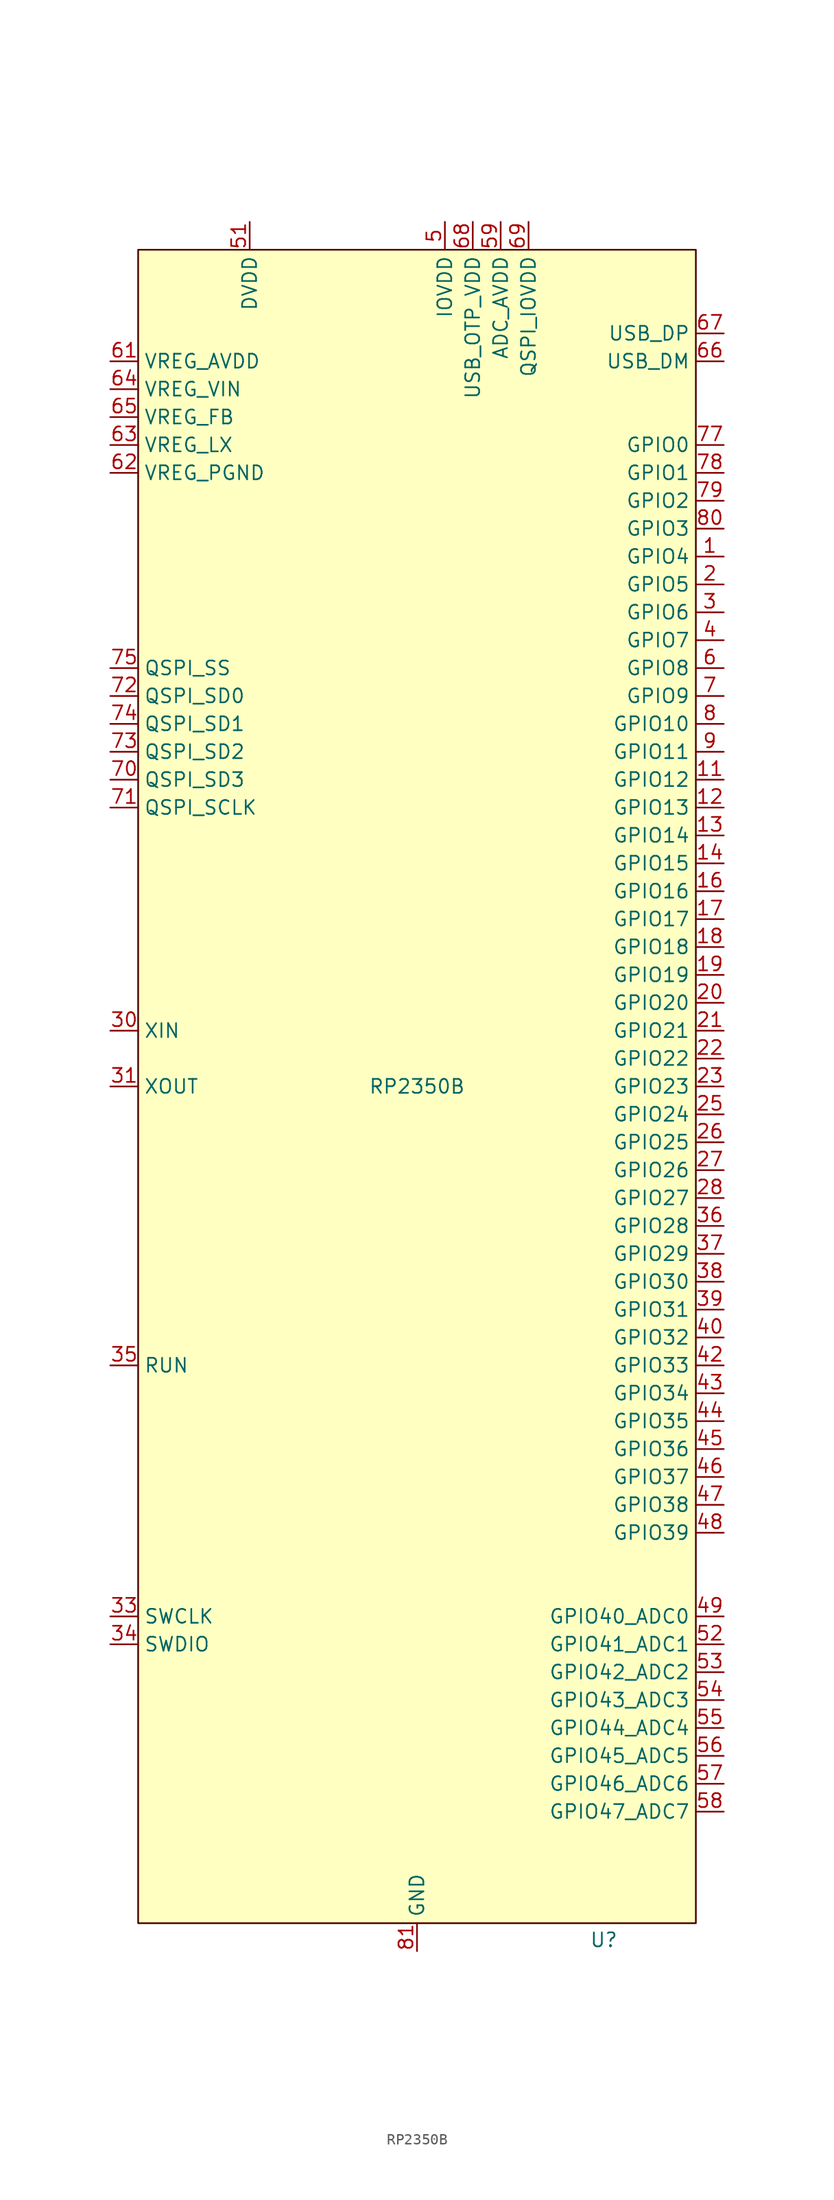
<source format=kicad_sym>
(kicad_symbol_lib
  (version 20241209)
  (generator "kicad_symbol_editor")
  (generator_version "9.0")
  (symbol "RP2350B"
    (property "Reference" "U"
      (at 17.018 -77.724 0)
      (effects (font (size 1.27 1.27))))
    (property "Value" "RP2350B"
      (at 0 0 0)
      (effects (font (size 1.27 1.27))))
    (symbol "RP2350B_1_1"
      (rectangle (start -25.4 76.2) (end 25.4 -76.2) (stroke (width 0) (type default) (color 72 0 0 1)) (fill (type color) (color 255 255 194 1)))
      (pin power_in line (at -27.94 66.04 0) (length 2.54) (name "VREG_AVDD" (effects (font (size 1.27 1.27)))) (number "61" (effects (font (size 1.27 1.27)))))
      (pin power_in line (at -27.94 63.5 0) (length 2.54) (name "VREG_VIN" (effects (font (size 1.27 1.27)))) (number "64" (effects (font (size 1.27 1.27)))))
      (pin input line (at -27.94 60.96 0) (length 2.54) (name "VREG_FB" (effects (font (size 1.27 1.27)))) (number "65" (effects (font (size 1.27 1.27)))))
      (pin power_out line (at -27.94 58.42 0) (length 2.54) (name "VREG_LX" (effects (font (size 1.27 1.27)))) (number "63" (effects (font (size 1.27 1.27)))))
      (pin power_in line (at -27.94 55.88 0) (length 2.54) (name "VREG_PGND" (effects (font (size 1.27 1.27)))) (number "62" (effects (font (size 1.27 1.27)))))
      (pin bidirectional line (at -27.94 38.1 0) (length 2.54) (name "QSPI_SS" (effects (font (size 1.27 1.27)))) (number "75" (effects (font (size 1.27 1.27)))))
      (pin bidirectional line (at -27.94 35.56 0) (length 2.54) (name "QSPI_SD0" (effects (font (size 1.27 1.27)))) (number "72" (effects (font (size 1.27 1.27)))))
      (pin bidirectional line (at -27.94 33.02 0) (length 2.54) (name "QSPI_SD1" (effects (font (size 1.27 1.27)))) (number "74" (effects (font (size 1.27 1.27)))))
      (pin bidirectional line (at -27.94 30.48 0) (length 2.54) (name "QSPI_SD2" (effects (font (size 1.27 1.27)))) (number "73" (effects (font (size 1.27 1.27)))))
      (pin bidirectional line (at -27.94 27.94 0) (length 2.54) (name "QSPI_SD3" (effects (font (size 1.27 1.27)))) (number "70" (effects (font (size 1.27 1.27)))))
      (pin bidirectional line (at -27.94 25.4 0) (length 2.54) (name "QSPI_SCLK" (effects (font (size 1.27 1.27)))) (number "71" (effects (font (size 1.27 1.27)))))
      (pin input line (at -27.94 5.08 0) (length 2.54) (name "XIN" (effects (font (size 1.27 1.27)))) (number "30" (effects (font (size 1.27 1.27)))))
      (pin output line (at -27.94 0 0) (length 2.54) (name "XOUT" (effects (font (size 1.27 1.27)))) (number "31" (effects (font (size 1.27 1.27)))))
      (pin input line (at -27.94 -25.4 0) (length 2.54) (name "RUN" (effects (font (size 1.27 1.27)))) (number "35" (effects (font (size 1.27 1.27)))))
      (pin output line (at -27.94 -48.26 0) (length 2.54) (name "SWCLK" (effects (font (size 1.27 1.27)))) (number "33" (effects (font (size 1.27 1.27)))))
      (pin bidirectional line (at -27.94 -50.8 0) (length 2.54) (name "SWDIO" (effects (font (size 1.27 1.27)))) (number "34" (effects (font (size 1.27 1.27)))))
      (pin power_in line (at -15.24 78.74 270) (length 2.54) (hide yes) (name "DVDD" (effects (font (size 1.27 1.27)))) (number "10" (effects (font (size 1.27 1.27)))))
      (pin power_in line (at -15.24 78.74 270) (length 2.54) (hide yes) (name "DVDD" (effects (font (size 1.27 1.27)))) (number "32" (effects (font (size 1.27 1.27)))))
      (pin power_in line (at -15.24 78.74 270) (length 2.54) (name "DVDD" (effects (font (size 1.27 1.27)))) (number "51" (effects (font (size 1.27 1.27)))))
      (pin power_in line (at 0 -78.74 90) (length 2.54) (name "GND" (effects (font (size 1.27 1.27)))) (number "81" (effects (font (size 1.27 1.27)))))
      (pin power_in line (at 2.54 78.74 270) (length 2.54) (hide yes) (name "IOVDD" (effects (font (size 1.27 1.27)))) (number "15" (effects (font (size 1.27 1.27)))))
      (pin power_in line (at 2.54 78.74 270) (length 2.54) (hide yes) (name "IOVDD" (effects (font (size 1.27 1.27)))) (number "24" (effects (font (size 1.27 1.27)))))
      (pin power_in line (at 2.54 78.74 270) (length 2.54) (hide yes) (name "IOVDD" (effects (font (size 1.27 1.27)))) (number "29" (effects (font (size 1.27 1.27)))))
      (pin power_in line (at 2.54 78.74 270) (length 2.54) (hide yes) (name "IOVDD" (effects (font (size 1.27 1.27)))) (number "41" (effects (font (size 1.27 1.27)))))
      (pin power_in line (at 2.54 78.74 270) (length 2.54) (name "IOVDD" (effects (font (size 1.27 1.27)))) (number "5" (effects (font (size 1.27 1.27)))))
      (pin power_in line (at 2.54 78.74 270) (length 2.54) (hide yes) (name "IOVDD" (effects (font (size 1.27 1.27)))) (number "50" (effects (font (size 1.27 1.27)))))
      (pin power_in line (at 2.54 78.74 270) (length 2.54) (hide yes) (name "IOVDD" (effects (font (size 1.27 1.27)))) (number "60" (effects (font (size 1.27 1.27)))))
      (pin power_in line (at 2.54 78.74 270) (length 2.54) (hide yes) (name "IOVDD" (effects (font (size 1.27 1.27)))) (number "76" (effects (font (size 1.27 1.27)))))
      (pin power_in line (at 5.08 78.74 270) (length 2.54) (name "USB_OTP_VDD" (effects (font (size 1.27 1.27)))) (number "68" (effects (font (size 1.27 1.27)))))
      (pin power_in line (at 7.62 78.74 270) (length 2.54) (name "ADC_AVDD" (effects (font (size 1.27 1.27)))) (number "59" (effects (font (size 1.27 1.27)))))
      (pin power_in line (at 10.16 78.74 270) (length 2.54) (name "QSPI_IOVDD" (effects (font (size 1.27 1.27)))) (number "69" (effects (font (size 1.27 1.27)))))
      (pin bidirectional line (at 27.94 68.58 180) (length 2.54) (name "USB_DP" (effects (font (size 1.27 1.27)))) (number "67" (effects (font (size 1.27 1.27)))))
      (pin bidirectional line (at 27.94 66.04 180) (length 2.54) (name "USB_DM" (effects (font (size 1.27 1.27)))) (number "66" (effects (font (size 1.27 1.27)))))
      (pin bidirectional line (at 27.94 58.42 180) (length 2.54) (name "GPIO0" (effects (font (size 1.27 1.27)))) (number "77" (effects (font (size 1.27 1.27)))))
      (pin bidirectional line (at 27.94 55.88 180) (length 2.54) (name "GPIO1" (effects (font (size 1.27 1.27)))) (number "78" (effects (font (size 1.27 1.27)))))
      (pin bidirectional line (at 27.94 53.34 180) (length 2.54) (name "GPIO2" (effects (font (size 1.27 1.27)))) (number "79" (effects (font (size 1.27 1.27)))))
      (pin bidirectional line (at 27.94 50.8 180) (length 2.54) (name "GPIO3" (effects (font (size 1.27 1.27)))) (number "80" (effects (font (size 1.27 1.27)))))
      (pin bidirectional line (at 27.94 48.26 180) (length 2.54) (name "GPIO4" (effects (font (size 1.27 1.27)))) (number "1" (effects (font (size 1.27 1.27)))))
      (pin bidirectional line (at 27.94 45.72 180) (length 2.54) (name "GPIO5" (effects (font (size 1.27 1.27)))) (number "2" (effects (font (size 1.27 1.27)))))
      (pin bidirectional line (at 27.94 43.18 180) (length 2.54) (name "GPIO6" (effects (font (size 1.27 1.27)))) (number "3" (effects (font (size 1.27 1.27)))))
      (pin bidirectional line (at 27.94 40.64 180) (length 2.54) (name "GPIO7" (effects (font (size 1.27 1.27)))) (number "4" (effects (font (size 1.27 1.27)))))
      (pin bidirectional line (at 27.94 38.1 180) (length 2.54) (name "GPIO8" (effects (font (size 1.27 1.27)))) (number "6" (effects (font (size 1.27 1.27)))))
      (pin bidirectional line (at 27.94 35.56 180) (length 2.54) (name "GPIO9" (effects (font (size 1.27 1.27)))) (number "7" (effects (font (size 1.27 1.27)))))
      (pin bidirectional line (at 27.94 33.02 180) (length 2.54) (name "GPIO10" (effects (font (size 1.27 1.27)))) (number "8" (effects (font (size 1.27 1.27)))))
      (pin bidirectional line (at 27.94 30.48 180) (length 2.54) (name "GPIO11" (effects (font (size 1.27 1.27)))) (number "9" (effects (font (size 1.27 1.27)))))
      (pin bidirectional line (at 27.94 27.94 180) (length 2.54) (name "GPIO12" (effects (font (size 1.27 1.27)))) (number "11" (effects (font (size 1.27 1.27)))))
      (pin bidirectional line (at 27.94 25.4 180) (length 2.54) (name "GPIO13" (effects (font (size 1.27 1.27)))) (number "12" (effects (font (size 1.27 1.27)))))
      (pin bidirectional line (at 27.94 22.86 180) (length 2.54) (name "GPIO14" (effects (font (size 1.27 1.27)))) (number "13" (effects (font (size 1.27 1.27)))))
      (pin bidirectional line (at 27.94 20.32 180) (length 2.54) (name "GPIO15" (effects (font (size 1.27 1.27)))) (number "14" (effects (font (size 1.27 1.27)))))
      (pin bidirectional line (at 27.94 17.78 180) (length 2.54) (name "GPIO16" (effects (font (size 1.27 1.27)))) (number "16" (effects (font (size 1.27 1.27)))))
      (pin bidirectional line (at 27.94 15.24 180) (length 2.54) (name "GPIO17" (effects (font (size 1.27 1.27)))) (number "17" (effects (font (size 1.27 1.27)))))
      (pin bidirectional line (at 27.94 12.7 180) (length 2.54) (name "GPIO18" (effects (font (size 1.27 1.27)))) (number "18" (effects (font (size 1.27 1.27)))))
      (pin bidirectional line (at 27.94 10.16 180) (length 2.54) (name "GPIO19" (effects (font (size 1.27 1.27)))) (number "19" (effects (font (size 1.27 1.27)))))
      (pin bidirectional line (at 27.94 7.62 180) (length 2.54) (name "GPIO20" (effects (font (size 1.27 1.27)))) (number "20" (effects (font (size 1.27 1.27)))))
      (pin bidirectional line (at 27.94 5.08 180) (length 2.54) (name "GPIO21" (effects (font (size 1.27 1.27)))) (number "21" (effects (font (size 1.27 1.27)))))
      (pin bidirectional line (at 27.94 2.54 180) (length 2.54) (name "GPIO22" (effects (font (size 1.27 1.27)))) (number "22" (effects (font (size 1.27 1.27)))))
      (pin bidirectional line (at 27.94 0 180) (length 2.54) (name "GPIO23" (effects (font (size 1.27 1.27)))) (number "23" (effects (font (size 1.27 1.27)))))
      (pin bidirectional line (at 27.94 -2.54 180) (length 2.54) (name "GPIO24" (effects (font (size 1.27 1.27)))) (number "25" (effects (font (size 1.27 1.27)))))
      (pin bidirectional line (at 27.94 -5.08 180) (length 2.54) (name "GPIO25" (effects (font (size 1.27 1.27)))) (number "26" (effects (font (size 1.27 1.27)))))
      (pin bidirectional line (at 27.94 -7.62 180) (length 2.54) (name "GPIO26" (effects (font (size 1.27 1.27)))) (number "27" (effects (font (size 1.27 1.27)))))
      (pin bidirectional line (at 27.94 -10.16 180) (length 2.54) (name "GPIO27" (effects (font (size 1.27 1.27)))) (number "28" (effects (font (size 1.27 1.27)))))
      (pin bidirectional line (at 27.94 -12.7 180) (length 2.54) (name "GPIO28" (effects (font (size 1.27 1.27)))) (number "36" (effects (font (size 1.27 1.27)))))
      (pin bidirectional line (at 27.94 -15.24 180) (length 2.54) (name "GPIO29" (effects (font (size 1.27 1.27)))) (number "37" (effects (font (size 1.27 1.27)))))
      (pin bidirectional line (at 27.94 -17.78 180) (length 2.54) (name "GPIO30" (effects (font (size 1.27 1.27)))) (number "38" (effects (font (size 1.27 1.27)))))
      (pin bidirectional line (at 27.94 -20.32 180) (length 2.54) (name "GPIO31" (effects (font (size 1.27 1.27)))) (number "39" (effects (font (size 1.27 1.27)))))
      (pin bidirectional line (at 27.94 -22.86 180) (length 2.54) (name "GPIO32" (effects (font (size 1.27 1.27)))) (number "40" (effects (font (size 1.27 1.27)))))
      (pin bidirectional line (at 27.94 -25.4 180) (length 2.54) (name "GPIO33" (effects (font (size 1.27 1.27)))) (number "42" (effects (font (size 1.27 1.27)))))
      (pin bidirectional line (at 27.94 -27.94 180) (length 2.54) (name "GPIO34" (effects (font (size 1.27 1.27)))) (number "43" (effects (font (size 1.27 1.27)))))
      (pin bidirectional line (at 27.94 -30.48 180) (length 2.54) (name "GPIO35" (effects (font (size 1.27 1.27)))) (number "44" (effects (font (size 1.27 1.27)))))
      (pin bidirectional line (at 27.94 -33.02 180) (length 2.54) (name "GPIO36" (effects (font (size 1.27 1.27)))) (number "45" (effects (font (size 1.27 1.27)))))
      (pin bidirectional line (at 27.94 -35.56 180) (length 2.54) (name "GPIO37" (effects (font (size 1.27 1.27)))) (number "46" (effects (font (size 1.27 1.27)))))
      (pin bidirectional line (at 27.94 -38.1 180) (length 2.54) (name "GPIO38" (effects (font (size 1.27 1.27)))) (number "47" (effects (font (size 1.27 1.27)))))
      (pin bidirectional line (at 27.94 -40.64 180) (length 2.54) (name "GPIO39" (effects (font (size 1.27 1.27)))) (number "48" (effects (font (size 1.27 1.27)))))
      (pin bidirectional line (at 27.94 -48.26 180) (length 2.54) (name "GPIO40_ADC0" (effects (font (size 1.27 1.27)))) (number "49" (effects (font (size 1.27 1.27)))))
      (pin bidirectional line (at 27.94 -50.8 180) (length 2.54) (name "GPIO41_ADC1" (effects (font (size 1.27 1.27)))) (number "52" (effects (font (size 1.27 1.27)))))
      (pin bidirectional line (at 27.94 -53.34 180) (length 2.54) (name "GPIO42_ADC2" (effects (font (size 1.27 1.27)))) (number "53" (effects (font (size 1.27 1.27)))))
      (pin bidirectional line (at 27.94 -55.88 180) (length 2.54) (name "GPIO43_ADC3" (effects (font (size 1.27 1.27)))) (number "54" (effects (font (size 1.27 1.27)))))
      (pin bidirectional line (at 27.94 -58.42 180) (length 2.54) (name "GPIO44_ADC4" (effects (font (size 1.27 1.27)))) (number "55" (effects (font (size 1.27 1.27)))))
      (pin bidirectional line (at 27.94 -60.96 180) (length 2.54) (name "GPIO45_ADC5" (effects (font (size 1.27 1.27)))) (number "56" (effects (font (size 1.27 1.27)))))
      (pin bidirectional line (at 27.94 -63.5 180) (length 2.54) (name "GPIO46_ADC6" (effects (font (size 1.27 1.27)))) (number "57" (effects (font (size 1.27 1.27)))))
      (pin bidirectional line (at 27.94 -66.04 180) (length 2.54) (name "GPIO47_ADC7" (effects (font (size 1.27 1.27)))) (number "58" (effects (font (size 1.27 1.27))))))))
</source>
